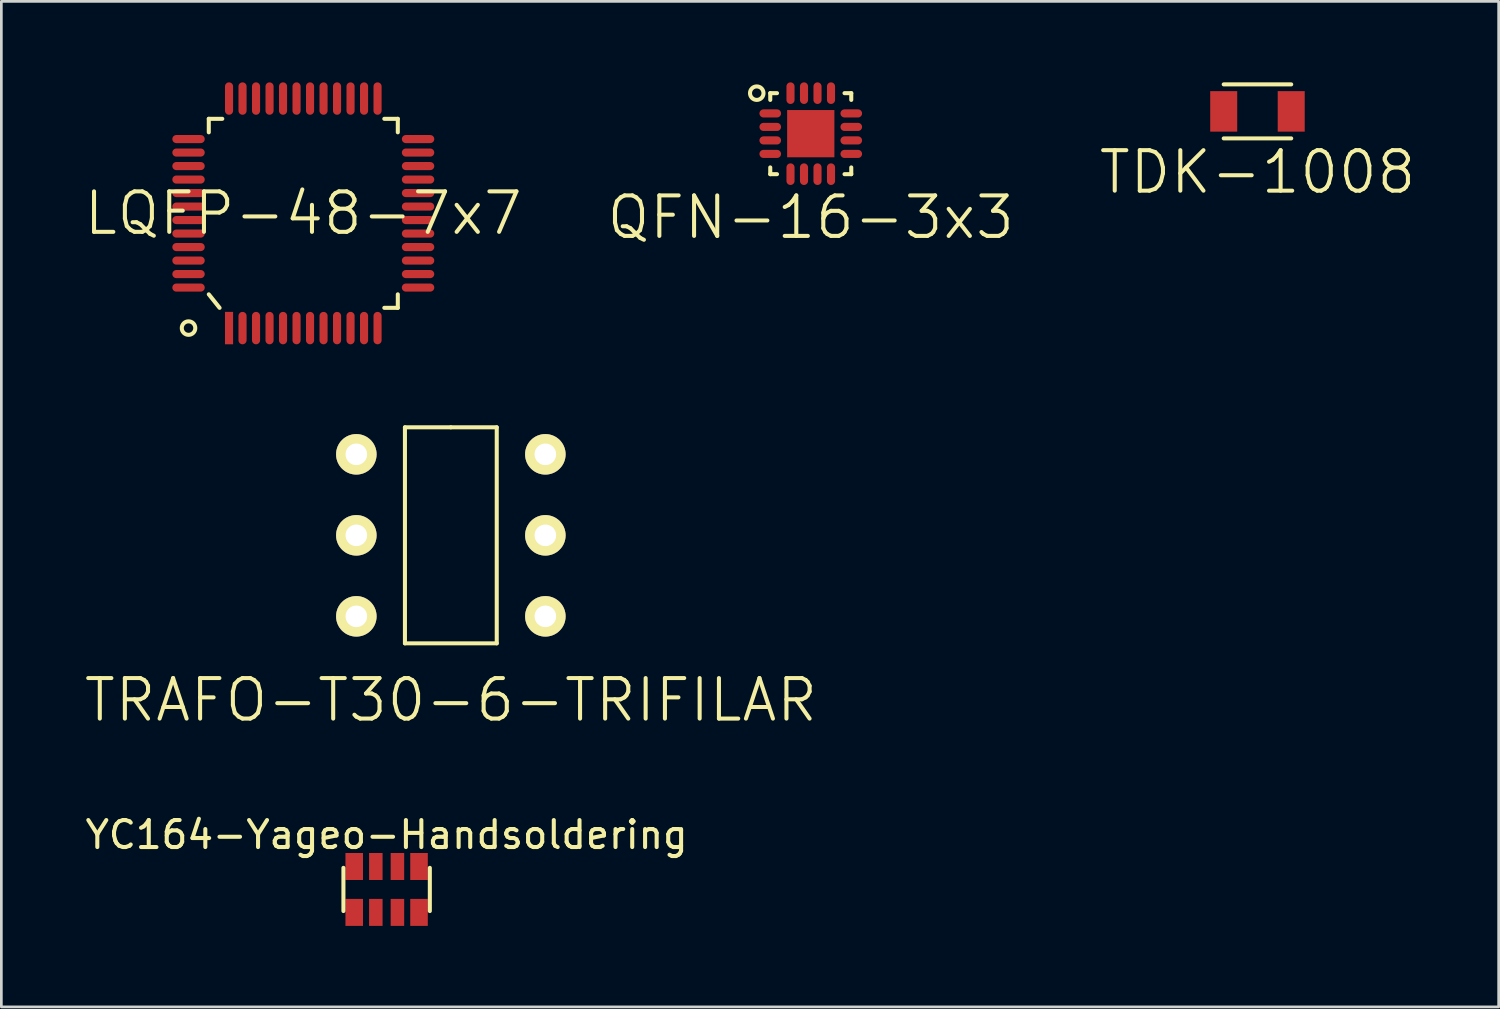
<source format=kicad_pcb>
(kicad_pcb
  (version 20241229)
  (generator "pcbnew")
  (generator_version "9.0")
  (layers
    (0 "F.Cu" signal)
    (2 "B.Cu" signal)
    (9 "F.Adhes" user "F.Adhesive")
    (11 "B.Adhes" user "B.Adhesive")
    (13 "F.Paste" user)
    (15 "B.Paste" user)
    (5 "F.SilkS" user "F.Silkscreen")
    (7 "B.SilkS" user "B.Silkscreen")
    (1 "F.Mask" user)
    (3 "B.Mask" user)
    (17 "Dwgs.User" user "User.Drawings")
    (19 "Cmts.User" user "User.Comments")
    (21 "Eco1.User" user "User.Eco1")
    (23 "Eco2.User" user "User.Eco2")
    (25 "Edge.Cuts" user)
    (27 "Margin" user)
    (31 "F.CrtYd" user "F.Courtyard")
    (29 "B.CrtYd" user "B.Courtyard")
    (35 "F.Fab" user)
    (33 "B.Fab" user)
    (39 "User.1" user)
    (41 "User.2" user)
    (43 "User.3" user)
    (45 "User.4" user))
  (footprint "TDK-1008"
    (layer "F.Cu")
    (at 43.518 1.075)
    (property "Reference" "TDK-1008" (at 0 2.25 0) (layer "F.SilkS") (effects (font (size 1.5 1.5) (thickness 0.15))))
    (attr through_hole)
    (fp_line (start -1.25 -1) (end 1.25 -1) (stroke (width 0.15) (type solid)) (layer "F.SilkS"))
    (fp_line (start -1.25 1) (end 1.25 1) (stroke (width 0.15) (type solid)) (layer "F.SilkS"))
    (pad "1" smd rect (at -1.25 0) (size 1 1.5) (layers "F.Cu" "F.Mask" "F.Paste"))
    (pad "2" smd rect (at 1.25 0) (size 1 1.5) (layers "F.Cu" "F.Mask" "F.Paste")))
  (footprint "TRAFO-T30-6-TRIFILAR"
    (layer "F.Cu")
    (at 13.646 16.775)
    (property "Reference" "TRAFO-T30-6-TRIFILAR" (at 0 6.1 0) (layer "F.SilkS") (effects (font (size 1.5 1.5) (thickness 0.15))))
    (attr through_hole)
    (fp_line (start -1.7 -4) (end 0 -4) (stroke (width 0.15) (type solid)) (layer "F.SilkS"))
    (fp_line (start -1.7 4) (end -1.7 -4) (stroke (width 0.15) (type solid)) (layer "F.SilkS"))
    (fp_line (start 0 -4) (end 1.7 -4) (stroke (width 0.15) (type solid)) (layer "F.SilkS"))
    (fp_line (start 1.7 -4) (end 1.7 4) (stroke (width 0.15) (type solid)) (layer "F.SilkS"))
    (fp_line (start 1.7 4) (end -1.7 4) (stroke (width 0.15) (type solid)) (layer "F.SilkS"))
    (pad "1" thru_hole circle (at -3.5 -3) (size 1.5 1.5) (drill 0.8) (layers "*.Cu" "*.Mask" "F.SilkS"))
    (pad "2" thru_hole circle (at 3.5 -3) (size 1.5 1.5) (drill 0.8) (layers "*.Cu" "*.Mask" "F.SilkS"))
    (pad "3" thru_hole circle (at -3.5 0) (size 1.5 1.5) (drill 0.8) (layers "*.Cu" "*.Mask" "F.SilkS"))
    (pad "4" thru_hole circle (at 3.5 0) (size 1.5 1.5) (drill 0.8) (layers "*.Cu" "*.Mask" "F.SilkS"))
    (pad "5" thru_hole circle (at -3.5 3) (size 1.5 1.5) (drill 0.8) (layers "*.Cu" "*.Mask" "F.SilkS"))
    (pad "6" thru_hole circle (at 3.5 3) (size 1.5 1.5) (drill 0.8) (layers "*.Cu" "*.Mask" "F.SilkS")))
  (footprint "YC164-Yageo-Handsoldering"
    (layer "F.Cu")
    (at 11.268 29.889)
    (property "Reference" "YC164-Yageo-Handsoldering" (at 0 -2.025 0) (layer "F.SilkS") (effects (font (size 1 1) (thickness 0.15))))
    (attr through_hole)
    (fp_line (start -1.6 -0.8) (end -1.6 0.8) (stroke (width 0.15) (type solid)) (layer "F.SilkS"))
    (fp_line (start 1.6 -0.8) (end 1.6 0.8) (stroke (width 0.15) (type solid)) (layer "F.SilkS"))
    (pad "1" smd rect (at -1.2 0.85) (size 0.65 1) (layers "F.Cu" "F.Mask" "F.Paste"))
    (pad "2" smd rect (at -0.4 0.85) (size 0.5 1) (layers "F.Cu" "F.Mask" "F.Paste"))
    (pad "3" smd rect (at 0.4 0.85) (size 0.5 1) (layers "F.Cu" "F.Mask" "F.Paste"))
    (pad "4" smd rect (at 1.2 0.85) (size 0.65 1) (layers "F.Cu" "F.Mask" "F.Paste"))
    (pad "5" smd rect (at 1.2 -0.85) (size 0.65 1) (layers "F.Cu" "F.Mask" "F.Paste"))
    (pad "6" smd rect (at 0.4 -0.85) (size 0.5 1) (layers "F.Cu" "F.Mask" "F.Paste"))
    (pad "7" smd rect (at -0.4 -0.85) (size 0.5 1) (layers "F.Cu" "F.Mask" "F.Paste"))
    (pad "8" smd rect (at -1.2 -0.85) (size 0.65 1) (layers "F.Cu" "F.Mask" "F.Paste")))
  (footprint "QFN-16-3x3"
    (layer "F.Cu")
    (at 26.975 1.9)
    (property "Reference" "QFN-16-3x3" (at 0 3.1 0) (layer "F.SilkS") (effects (font (size 1.5 1.5) (thickness 0.15))))
    (attr through_hole)
    (fp_line (start -1.5 -1.5) (end -1.5 -1.25) (stroke (width 0.15) (type solid)) (layer "F.SilkS"))
    (fp_line (start -1.5 1.25) (end -1.5 1.5) (stroke (width 0.15) (type solid)) (layer "F.SilkS"))
    (fp_line (start -1.5 1.5) (end -1.25 1.5) (stroke (width 0.15) (type solid)) (layer "F.SilkS"))
    (fp_line (start -1.25 -1.5) (end -1.5 -1.5) (stroke (width 0.15) (type solid)) (layer "F.SilkS"))
    (fp_line (start 1.25 -1.5) (end 1.5 -1.5) (stroke (width 0.15) (type solid)) (layer "F.SilkS"))
    (fp_line (start 1.25 1.5) (end 1.5 1.5) (stroke (width 0.15) (type solid)) (layer "F.SilkS"))
    (fp_line (start 1.5 -1.5) (end 1.5 -1.25) (stroke (width 0.15) (type solid)) (layer "F.SilkS"))
    (fp_line (start 1.5 1.5) (end 1.5 1.25) (stroke (width 0.15) (type solid)) (layer "F.SilkS"))
    (fp_circle (center -2 -1.5) (end -1.75 -1.5) (stroke (width 0.15) (type solid)) (fill no) (layer "F.SilkS"))
    (pad "1" smd oval (at -1.5 -0.75) (size 0.8 0.3) (layers "F.Cu" "F.Mask" "F.Paste"))
    (pad "2" smd oval (at -1.5 -0.25) (size 0.8 0.3) (layers "F.Cu" "F.Mask" "F.Paste"))
    (pad "3" smd oval (at -1.5 0.25) (size 0.8 0.3) (layers "F.Cu" "F.Mask" "F.Paste"))
    (pad "4" smd oval (at -1.5 0.75) (size 0.8 0.3) (layers "F.Cu" "F.Mask" "F.Paste"))
    (pad "5" smd oval (at -0.75 1.5) (size 0.3 0.8) (layers "F.Cu" "F.Mask" "F.Paste"))
    (pad "6" smd oval (at -0.25 1.5) (size 0.3 0.8) (layers "F.Cu" "F.Mask" "F.Paste"))
    (pad "7" smd oval (at 0.25 1.5) (size 0.3 0.8) (layers "F.Cu" "F.Mask" "F.Paste"))
    (pad "8" smd oval (at 0.75 1.5) (size 0.3 0.8) (layers "F.Cu" "F.Mask" "F.Paste"))
    (pad "9" smd oval (at 1.5 0.75) (size 0.8 0.3) (layers "F.Cu" "F.Mask" "F.Paste"))
    (pad "10" smd oval (at 1.5 0.25) (size 0.8 0.3) (layers "F.Cu" "F.Mask" "F.Paste"))
    (pad "11" smd oval (at 1.5 -0.25) (size 0.8 0.3) (layers "F.Cu" "F.Mask" "F.Paste"))
    (pad "12" smd oval (at 1.5 -0.75) (size 0.8 0.3) (layers "F.Cu" "F.Mask" "F.Paste"))
    (pad "13" smd oval (at 0.75 -1.5) (size 0.3 0.8) (layers "F.Cu" "F.Mask" "F.Paste"))
    (pad "14" smd oval (at 0.25 -1.5) (size 0.3 0.8) (layers "F.Cu" "F.Mask" "F.Paste"))
    (pad "15" smd oval (at -0.25 -1.5) (size 0.3 0.8) (layers "F.Cu" "F.Mask" "F.Paste"))
    (pad "16" smd oval (at -0.75 -1.5) (size 0.3 0.8) (layers "F.Cu" "F.Mask" "F.Paste"))
    (pad "17" smd rect (at 0 0) (size 1.75 1.75) (layers "F.Cu" "F.Mask" "F.Paste")))
  (footprint "LQFP-48-7x7"
    (layer "F.Cu")
    (at 8.182 4.85)
    (property "Reference" "LQFP-48-7x7" (at 0 0 0) (layer "F.SilkS") (effects (font (size 1.5 1.5) (thickness 0.15))))
    (attr through_hole)
    (fp_line (start -3.5 -3.5) (end -3.5 -3) (stroke (width 0.15) (type solid)) (layer "F.SilkS"))
    (fp_line (start -3.5 -3.5) (end -3 -3.5) (stroke (width 0.15) (type solid)) (layer "F.SilkS"))
    (fp_line (start -3.5 3) (end -3.1 3.5) (stroke (width 0.15) (type solid)) (layer "F.SilkS"))
    (fp_line (start 3 3.5) (end 3.5 3.5) (stroke (width 0.15) (type solid)) (layer "F.SilkS"))
    (fp_line (start 3.5 -3.5) (end 3 -3.5) (stroke (width 0.15) (type solid)) (layer "F.SilkS"))
    (fp_line (start 3.5 -3) (end 3.5 -3.5) (stroke (width 0.15) (type solid)) (layer "F.SilkS"))
    (fp_line (start 3.5 3.5) (end 3.5 3) (stroke (width 0.15) (type solid)) (layer "F.SilkS"))
    (fp_circle (center -4.25 4.25) (end -4 4.25) (stroke (width 0.15) (type solid)) (fill no) (layer "F.SilkS"))
    (pad "1" smd rect (at -2.75 4.25) (size 0.3 1.2) (layers "F.Cu" "F.Mask" "F.Paste"))
    (pad "2" smd oval (at -2.25 4.25) (size 0.3 1.2) (layers "F.Cu" "F.Mask" "F.Paste"))
    (pad "3" smd oval (at -1.75 4.25) (size 0.3 1.2) (layers "F.Cu" "F.Mask" "F.Paste"))
    (pad "4" smd oval (at -1.25 4.25) (size 0.3 1.2) (layers "F.Cu" "F.Mask" "F.Paste"))
    (pad "5" smd oval (at -0.75 4.25) (size 0.3 1.2) (layers "F.Cu" "F.Mask" "F.Paste"))
    (pad "6" smd oval (at -0.25 4.25) (size 0.3 1.2) (layers "F.Cu" "F.Mask" "F.Paste"))
    (pad "7" smd oval (at 0.25 4.25) (size 0.3 1.2) (layers "F.Cu" "F.Mask" "F.Paste"))
    (pad "8" smd oval (at 0.75 4.25) (size 0.3 1.2) (layers "F.Cu" "F.Mask" "F.Paste"))
    (pad "9" smd oval (at 1.25 4.25) (size 0.3 1.2) (layers "F.Cu" "F.Mask" "F.Paste"))
    (pad "10" smd oval (at 1.75 4.25) (size 0.3 1.2) (layers "F.Cu" "F.Mask" "F.Paste"))
    (pad "11" smd oval (at 2.25 4.25) (size 0.3 1.2) (layers "F.Cu" "F.Mask" "F.Paste"))
    (pad "12" smd oval (at 2.75 4.25) (size 0.3 1.2) (layers "F.Cu" "F.Mask" "F.Paste"))
    (pad "13" smd oval (at 4.25 2.75) (size 1.2 0.3) (layers "F.Cu" "F.Mask" "F.Paste"))
    (pad "14" smd oval (at 4.25 2.25) (size 1.2 0.3) (layers "F.Cu" "F.Mask" "F.Paste"))
    (pad "15" smd oval (at 4.25 1.75) (size 1.2 0.3) (layers "F.Cu" "F.Mask" "F.Paste"))
    (pad "16" smd oval (at 4.25 1.25) (size 1.2 0.3) (layers "F.Cu" "F.Mask" "F.Paste"))
    (pad "17" smd oval (at 4.25 0.75) (size 1.2 0.3) (layers "F.Cu" "F.Mask" "F.Paste"))
    (pad "18" smd oval (at 4.25 0.25) (size 1.2 0.3) (layers "F.Cu" "F.Mask" "F.Paste"))
    (pad "19" smd oval (at 4.25 -0.25) (size 1.2 0.3) (layers "F.Cu" "F.Mask" "F.Paste"))
    (pad "20" smd oval (at 4.25 -0.75) (size 1.2 0.3) (layers "F.Cu" "F.Mask" "F.Paste"))
    (pad "21" smd oval (at 4.25 -1.25) (size 1.2 0.3) (layers "F.Cu" "F.Mask" "F.Paste"))
    (pad "22" smd oval (at 4.25 -1.75) (size 1.2 0.3) (layers "F.Cu" "F.Mask" "F.Paste"))
    (pad "23" smd oval (at 4.25 -2.25) (size 1.2 0.3) (layers "F.Cu" "F.Mask" "F.Paste"))
    (pad "24" smd oval (at 4.25 -2.75) (size 1.2 0.3) (layers "F.Cu" "F.Mask" "F.Paste"))
    (pad "25" smd oval (at 2.75 -4.25) (size 0.3 1.2) (layers "F.Cu" "F.Mask" "F.Paste"))
    (pad "26" smd oval (at 2.25 -4.25) (size 0.3 1.2) (layers "F.Cu" "F.Mask" "F.Paste"))
    (pad "27" smd oval (at 1.75 -4.25) (size 0.3 1.2) (layers "F.Cu" "F.Mask" "F.Paste"))
    (pad "28" smd oval (at 1.25 -4.25) (size 0.3 1.2) (layers "F.Cu" "F.Mask" "F.Paste"))
    (pad "29" smd oval (at 0.75 -4.25) (size 0.3 1.2) (layers "F.Cu" "F.Mask" "F.Paste"))
    (pad "30" smd oval (at 0.25 -4.25) (size 0.3 1.2) (layers "F.Cu" "F.Mask" "F.Paste"))
    (pad "31" smd oval (at -0.25 -4.25) (size 0.3 1.2) (layers "F.Cu" "F.Mask" "F.Paste"))
    (pad "32" smd oval (at -0.75 -4.25) (size 0.3 1.2) (layers "F.Cu" "F.Mask" "F.Paste"))
    (pad "33" smd oval (at -1.25 -4.25) (size 0.3 1.2) (layers "F.Cu" "F.Mask" "F.Paste"))
    (pad "34" smd oval (at -1.75 -4.25) (size 0.3 1.2) (layers "F.Cu" "F.Mask" "F.Paste"))
    (pad "35" smd oval (at -2.25 -4.25) (size 0.3 1.2) (layers "F.Cu" "F.Mask" "F.Paste"))
    (pad "36" smd oval (at -2.75 -4.25) (size 0.3 1.2) (layers "F.Cu" "F.Mask" "F.Paste"))
    (pad "37" smd oval (at -4.25 -2.75) (size 1.2 0.3) (layers "F.Cu" "F.Mask" "F.Paste"))
    (pad "38" smd oval (at -4.25 -2.25) (size 1.2 0.3) (layers "F.Cu" "F.Mask" "F.Paste"))
    (pad "39" smd oval (at -4.25 -1.75) (size 1.2 0.3) (layers "F.Cu" "F.Mask" "F.Paste"))
    (pad "40" smd oval (at -4.25 -1.25) (size 1.2 0.3) (layers "F.Cu" "F.Mask" "F.Paste"))
    (pad "41" smd oval (at -4.25 -0.75) (size 1.2 0.3) (layers "F.Cu" "F.Mask" "F.Paste"))
    (pad "42" smd oval (at -4.25 -0.25) (size 1.2 0.3) (layers "F.Cu" "F.Mask" "F.Paste"))
    (pad "43" smd oval (at -4.25 0.25) (size 1.2 0.3) (layers "F.Cu" "F.Mask" "F.Paste"))
    (pad "44" smd oval (at -4.25 0.75) (size 1.2 0.3) (layers "F.Cu" "F.Mask" "F.Paste"))
    (pad "45" smd oval (at -4.25 1.25) (size 1.2 0.3) (layers "F.Cu" "F.Mask" "F.Paste"))
    (pad "46" smd oval (at -4.25 1.75) (size 1.2 0.3) (layers "F.Cu" "F.Mask" "F.Paste"))
    (pad "47" smd oval (at -4.25 2.25) (size 1.2 0.3) (layers "F.Cu" "F.Mask" "F.Paste"))
    (pad "48" smd oval (at -4.25 2.75) (size 1.2 0.3) (layers "F.Cu" "F.Mask" "F.Paste")))
  (gr_rect
    (start -3 -3)
    (end 52.45 34.239)
    (stroke (width 0.1) (type default))
    (fill no)
    (layer "Edge.Cuts")))
</source>
